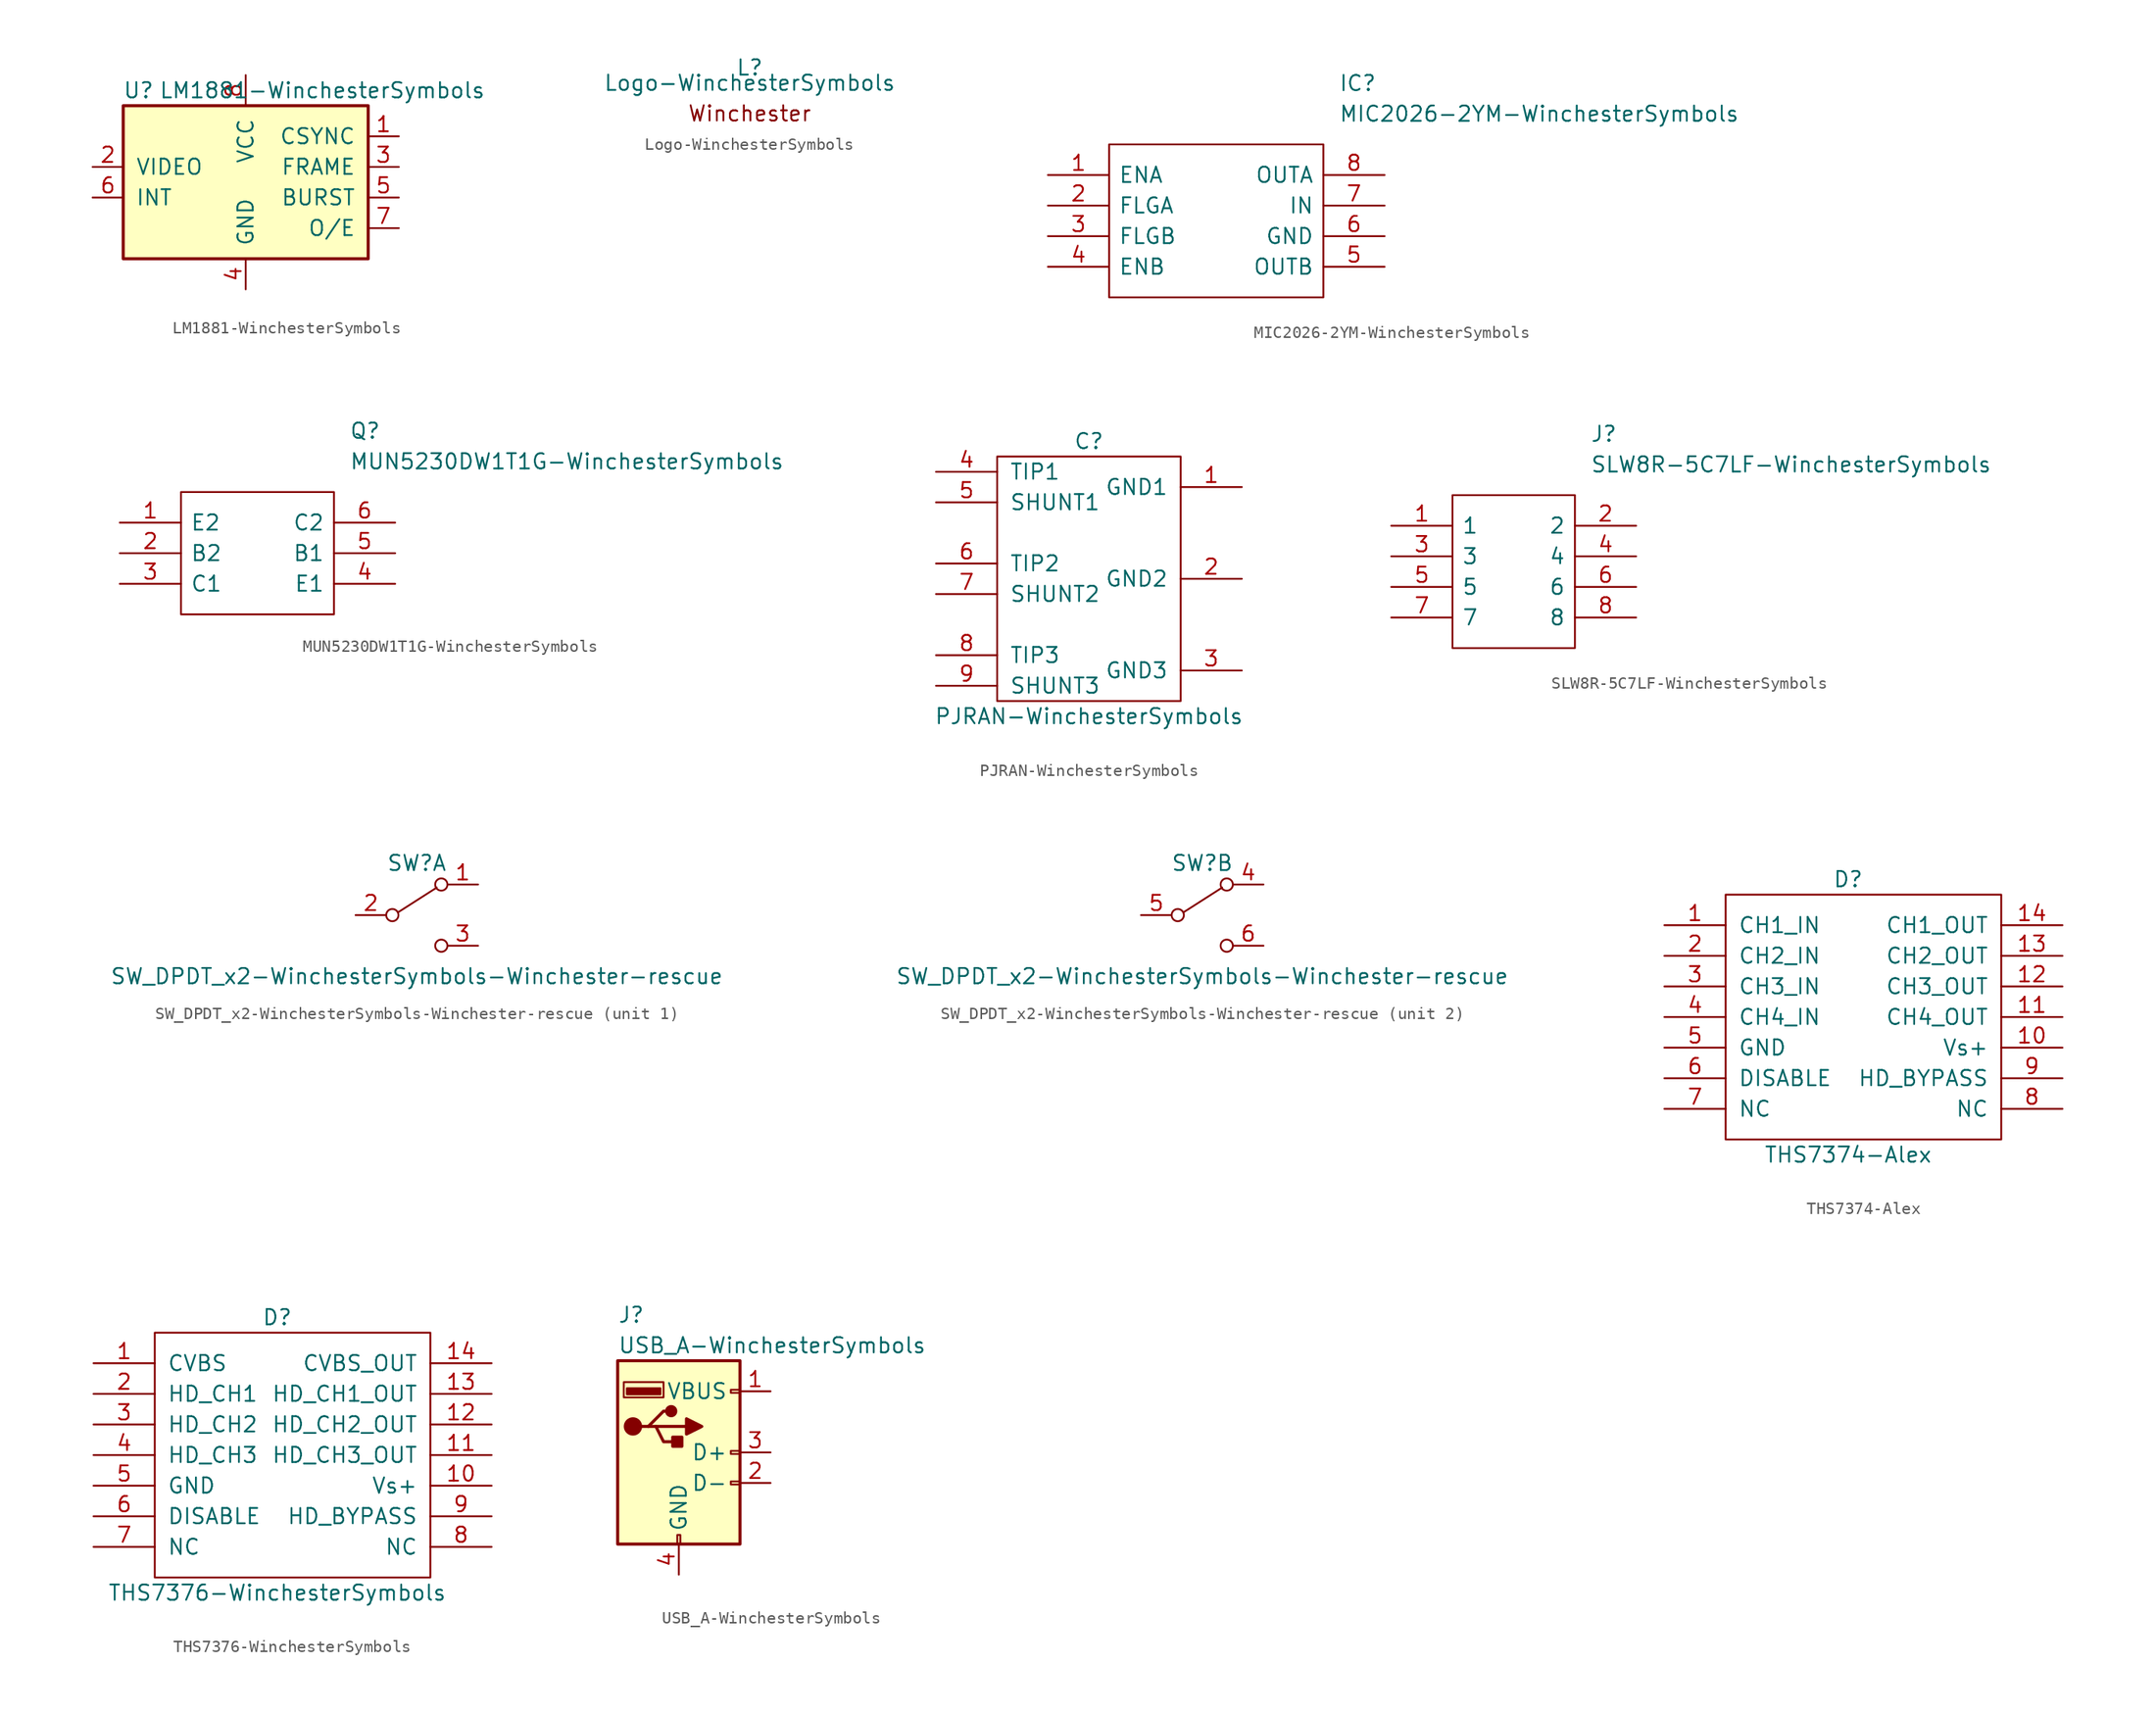
<source format=kicad_sym>
(kicad_symbol_lib
  (version 20211014)
  (generator kicad_symbol_editor)
  (symbol "LM1881-WinchesterSymbols"
    (pin_names
      (offset 1.016))
    (property "Reference" "U"
      (at -8.89 8.89 0)
      (effects (font (size 1.27 1.27))))
    (property "Value" "LM1881-WinchesterSymbols"
      (at 6.35 8.89 0)
      (effects (font (size 1.27 1.27))))
    (symbol "LM1881-WinchesterSymbols_0_1"
      (rectangle (start -10.16 7.62) (end 10.16 -5.08) (stroke (width 0.254) (type default) (color 0 0 0 0)) (fill (type background))))
    (symbol "LM1881-WinchesterSymbols_1_1"
      (pin output line (at 12.7 5.08 180) (length 2.54) (name "CSYNC" (effects (font (size 1.27 1.27)))) (number "1" (effects (font (size 1.27 1.27)))))
      (pin input line (at -12.7 2.54 0) (length 2.54) (name "VIDEO" (effects (font (size 1.27 1.27)))) (number "2" (effects (font (size 1.27 1.27)))))
      (pin output line (at 12.7 2.54 180) (length 2.54) (name "FRAME" (effects (font (size 1.27 1.27)))) (number "3" (effects (font (size 1.27 1.27)))))
      (pin power_in line (at 0 -7.62 90) (length 2.54) (name "GND" (effects (font (size 1.27 1.27)))) (number "4" (effects (font (size 1.27 1.27)))))
      (pin output line (at 12.7 0 180) (length 2.54) (name "BURST" (effects (font (size 1.27 1.27)))) (number "5" (effects (font (size 1.27 1.27)))))
      (pin input line (at -12.7 0 0) (length 2.54) (name "INT" (effects (font (size 1.27 1.27)))) (number "6" (effects (font (size 1.27 1.27)))))
      (pin output line (at 12.7 -2.54 180) (length 2.54) (name "O/E" (effects (font (size 1.27 1.27)))) (number "7" (effects (font (size 1.27 1.27)))))
      (pin power_in line (at 0 10.16 270) (length 2.54) (name "VCC" (effects (font (size 1.27 1.27)))) (number "8" (effects (font (size 1.27 1.27)))))))
  (symbol "Logo-WinchesterSymbols"
    (pin_names
      (offset 1.016))
    (property "Reference" "L"
      (at 0 1.27 0)
      (effects (font (size 1.27 1.27))))
    (property "Value" "Logo-WinchesterSymbols"
      (at 0 0 0)
      (effects (font (size 1.27 1.27))))
    (symbol "Logo-WinchesterSymbols_0_0"
      (text "Winchester" (at 0 -2.54 0) (effects (font (size 1.27 1.27))))))
  (symbol "MIC2026-2YM-WinchesterSymbols"
    (pin_names
      (offset 0.762))
    (property "Reference" "IC"
      (at 24.13 7.62 0)
      (effects (font (size 1.27 1.27)) (justify left)))
    (property "Value" "MIC2026-2YM-WinchesterSymbols"
      (at 24.13 5.08 0)
      (effects (font (size 1.27 1.27)) (justify left)))
    (symbol "MIC2026-2YM-WinchesterSymbols_0_0"
      (pin passive line (at 0 0 0) (length 5.08) (name "ENA" (effects (font (size 1.27 1.27)))) (number "1" (effects (font (size 1.27 1.27)))))
      (pin passive line (at 0 -2.54 0) (length 5.08) (name "FLGA" (effects (font (size 1.27 1.27)))) (number "2" (effects (font (size 1.27 1.27)))))
      (pin passive line (at 0 -5.08 0) (length 5.08) (name "FLGB" (effects (font (size 1.27 1.27)))) (number "3" (effects (font (size 1.27 1.27)))))
      (pin passive line (at 0 -7.62 0) (length 5.08) (name "ENB" (effects (font (size 1.27 1.27)))) (number "4" (effects (font (size 1.27 1.27)))))
      (pin passive line (at 27.94 -7.62 180) (length 5.08) (name "OUTB" (effects (font (size 1.27 1.27)))) (number "5" (effects (font (size 1.27 1.27)))))
      (pin passive line (at 27.94 -5.08 180) (length 5.08) (name "GND" (effects (font (size 1.27 1.27)))) (number "6" (effects (font (size 1.27 1.27)))))
      (pin passive line (at 27.94 -2.54 180) (length 5.08) (name "IN" (effects (font (size 1.27 1.27)))) (number "7" (effects (font (size 1.27 1.27)))))
      (pin passive line (at 27.94 0 180) (length 5.08) (name "OUTA" (effects (font (size 1.27 1.27)))) (number "8" (effects (font (size 1.27 1.27))))))
    (symbol "MIC2026-2YM-WinchesterSymbols_0_1"
      (polyline (pts (xy 5.08 2.54) (xy 22.86 2.54) (xy 22.86 -10.16) (xy 5.08 -10.16) (xy 5.08 2.54)) (stroke (width 0.152) (type default) (color 0 0 0 0)) (fill (type none)))))
  (symbol "MUN5230DW1T1G-WinchesterSymbols"
    (pin_names
      (offset 0.762))
    (property "Reference" "Q"
      (at 19.05 7.62 0)
      (effects (font (size 1.27 1.27)) (justify left)))
    (property "Value" "MUN5230DW1T1G-WinchesterSymbols"
      (at 19.05 5.08 0)
      (effects (font (size 1.27 1.27)) (justify left)))
    (symbol "MUN5230DW1T1G-WinchesterSymbols_0_0"
      (pin passive line (at 0 0 0) (length 5.08) (name "E2" (effects (font (size 1.27 1.27)))) (number "1" (effects (font (size 1.27 1.27)))))
      (pin passive line (at 0 -2.54 0) (length 5.08) (name "B2" (effects (font (size 1.27 1.27)))) (number "2" (effects (font (size 1.27 1.27)))))
      (pin passive line (at 0 -5.08 0) (length 5.08) (name "C1" (effects (font (size 1.27 1.27)))) (number "3" (effects (font (size 1.27 1.27)))))
      (pin passive line (at 22.86 -5.08 180) (length 5.08) (name "E1" (effects (font (size 1.27 1.27)))) (number "4" (effects (font (size 1.27 1.27)))))
      (pin passive line (at 22.86 -2.54 180) (length 5.08) (name "B1" (effects (font (size 1.27 1.27)))) (number "5" (effects (font (size 1.27 1.27)))))
      (pin passive line (at 22.86 0 180) (length 5.08) (name "C2" (effects (font (size 1.27 1.27)))) (number "6" (effects (font (size 1.27 1.27))))))
    (symbol "MUN5230DW1T1G-WinchesterSymbols_0_1"
      (polyline (pts (xy 5.08 2.54) (xy 17.78 2.54) (xy 17.78 -7.62) (xy 5.08 -7.62) (xy 5.08 2.54)) (stroke (width 0.152) (type default) (color 0 0 0 0)) (fill (type none)))))
  (symbol "PJRAN-WinchesterSymbols"
    (pin_names
      (offset 1.016))
    (property "Reference" "C"
      (at 0 7.62 0)
      (effects (font (size 1.27 1.27))))
    (property "Value" "PJRAN-WinchesterSymbols"
      (at 0 -15.24 0)
      (effects (font (size 1.27 1.27))))
    (symbol "PJRAN-WinchesterSymbols_0_1"
      (rectangle (start -7.62 6.35) (end 7.62 -13.97) (stroke (width 0) (type default) (color 0 0 0 0)) (fill (type none))))
    (symbol "PJRAN-WinchesterSymbols_1_1"
      (pin input line (at 12.7 3.81 180) (length 5.08) (name "GND1" (effects (font (size 1.27 1.27)))) (number "1" (effects (font (size 1.27 1.27)))))
      (pin input line (at 12.7 -3.81 180) (length 5.08) (name "GND2" (effects (font (size 1.27 1.27)))) (number "2" (effects (font (size 1.27 1.27)))))
      (pin input line (at 12.7 -11.43 180) (length 5.08) (name "GND3" (effects (font (size 1.27 1.27)))) (number "3" (effects (font (size 1.27 1.27)))))
      (pin input line (at -12.7 5.08 0) (length 5.08) (name "TIP1" (effects (font (size 1.27 1.27)))) (number "4" (effects (font (size 1.27 1.27)))))
      (pin input line (at -12.7 2.54 0) (length 5.08) (name "SHUNT1" (effects (font (size 1.27 1.27)))) (number "5" (effects (font (size 1.27 1.27)))))
      (pin input line (at -12.7 -2.54 0) (length 5.08) (name "TIP2" (effects (font (size 1.27 1.27)))) (number "6" (effects (font (size 1.27 1.27)))))
      (pin input line (at -12.7 -5.08 0) (length 5.08) (name "SHUNT2" (effects (font (size 1.27 1.27)))) (number "7" (effects (font (size 1.27 1.27)))))
      (pin input line (at -12.7 -10.16 0) (length 5.08) (name "TIP3" (effects (font (size 1.27 1.27)))) (number "8" (effects (font (size 1.27 1.27)))))
      (pin input line (at -12.7 -12.7 0) (length 5.08) (name "SHUNT3" (effects (font (size 1.27 1.27)))) (number "9" (effects (font (size 1.27 1.27)))))))
  (symbol "SLW8R-5C7LF-WinchesterSymbols"
    (pin_names
      (offset 0.762))
    (property "Reference" "J"
      (at 16.51 7.62 0)
      (effects (font (size 1.27 1.27)) (justify left)))
    (property "Value" "SLW8R-5C7LF-WinchesterSymbols"
      (at 16.51 5.08 0)
      (effects (font (size 1.27 1.27)) (justify left)))
    (symbol "SLW8R-5C7LF-WinchesterSymbols_0_0"
      (pin passive line (at 0 0 0) (length 5.08) (name "1" (effects (font (size 1.27 1.27)))) (number "1" (effects (font (size 1.27 1.27)))))
      (pin passive line (at 20.32 0 180) (length 5.08) (name "2" (effects (font (size 1.27 1.27)))) (number "2" (effects (font (size 1.27 1.27)))))
      (pin passive line (at 0 -2.54 0) (length 5.08) (name "3" (effects (font (size 1.27 1.27)))) (number "3" (effects (font (size 1.27 1.27)))))
      (pin passive line (at 20.32 -2.54 180) (length 5.08) (name "4" (effects (font (size 1.27 1.27)))) (number "4" (effects (font (size 1.27 1.27)))))
      (pin passive line (at 0 -5.08 0) (length 5.08) (name "5" (effects (font (size 1.27 1.27)))) (number "5" (effects (font (size 1.27 1.27)))))
      (pin passive line (at 20.32 -5.08 180) (length 5.08) (name "6" (effects (font (size 1.27 1.27)))) (number "6" (effects (font (size 1.27 1.27)))))
      (pin passive line (at 0 -7.62 0) (length 5.08) (name "7" (effects (font (size 1.27 1.27)))) (number "7" (effects (font (size 1.27 1.27)))))
      (pin passive line (at 20.32 -7.62 180) (length 5.08) (name "8" (effects (font (size 1.27 1.27)))) (number "8" (effects (font (size 1.27 1.27))))))
    (symbol "SLW8R-5C7LF-WinchesterSymbols_0_1"
      (polyline (pts (xy 5.08 2.54) (xy 15.24 2.54) (xy 15.24 -10.16) (xy 5.08 -10.16) (xy 5.08 2.54)) (stroke (width 0.152) (type default) (color 0 0 0 0)) (fill (type none)))))
  (symbol "SW_DPDT_x2-WinchesterSymbols-Winchester-rescue"
    (pin_names
      (offset 0) hide)
    (property "Reference" "SW"
      (at 0 4.318 0)
      (effects (font (size 1.27 1.27))))
    (property "Value" "SW_DPDT_x2-WinchesterSymbols-Winchester-rescue"
      (at 0 -5.08 0)
      (effects (font (size 1.27 1.27))))
    (symbol "SW_DPDT_x2-WinchesterSymbols-Winchester-rescue_0_0"
      (circle (center -2.032 0) (radius 0.508) (stroke (width 0) (type default) (color 0 0 0 0)) (fill (type none)))
      (circle (center 2.032 -2.54) (radius 0.508) (stroke (width 0) (type default) (color 0 0 0 0)) (fill (type none))))
    (symbol "SW_DPDT_x2-WinchesterSymbols-Winchester-rescue_0_1"
      (polyline (pts (xy -1.524 0.254) (xy 1.651 2.286)) (stroke (width 0) (type default) (color 0 0 0 0)) (fill (type none)))
      (circle (center 2.032 2.54) (radius 0.508) (stroke (width 0) (type default) (color 0 0 0 0)) (fill (type none))))
    (symbol "SW_DPDT_x2-WinchesterSymbols-Winchester-rescue_1_1"
      (pin passive line (at 5.08 2.54 180) (length 2.54) (name "A" (effects (font (size 1.27 1.27)))) (number "1" (effects (font (size 1.27 1.27)))))
      (pin passive line (at -5.08 0 0) (length 2.54) (name "B" (effects (font (size 1.27 1.27)))) (number "2" (effects (font (size 1.27 1.27)))))
      (pin passive line (at 5.08 -2.54 180) (length 2.54) (name "C" (effects (font (size 1.27 1.27)))) (number "3" (effects (font (size 1.27 1.27))))))
    (symbol "SW_DPDT_x2-WinchesterSymbols-Winchester-rescue_2_1"
      (pin passive line (at 5.08 2.54 180) (length 2.54) (name "A" (effects (font (size 1.27 1.27)))) (number "4" (effects (font (size 1.27 1.27)))))
      (pin passive line (at -5.08 0 0) (length 2.54) (name "B" (effects (font (size 1.27 1.27)))) (number "5" (effects (font (size 1.27 1.27)))))
      (pin passive line (at 5.08 -2.54 180) (length 2.54) (name "C" (effects (font (size 1.27 1.27)))) (number "6" (effects (font (size 1.27 1.27)))))))
  (symbol "THS7374-Alex"
    (pin_names
      (offset 1.016))
    (property "Reference" "D"
      (at 0 10.16 0)
      (effects (font (size 1.27 1.27))))
    (property "Value" "THS7374-Alex"
      (at 0 -12.7 0)
      (effects (font (size 1.27 1.27))))
    (symbol "THS7374-Alex_0_1"
      (rectangle (start -10.16 8.89) (end 12.7 -11.43) (stroke (width 0) (type default) (color 0 0 0 0)) (fill (type none))))
    (symbol "THS7374-Alex_1_1"
      (pin input line (at -15.24 6.35 0) (length 5.08) (name "CH1_IN" (effects (font (size 1.27 1.27)))) (number "1" (effects (font (size 1.27 1.27)))))
      (pin input line (at 17.78 -3.81 180) (length 5.08) (name "Vs+" (effects (font (size 1.27 1.27)))) (number "10" (effects (font (size 1.27 1.27)))))
      (pin input line (at 17.78 -1.27 180) (length 5.08) (name "CH4_OUT" (effects (font (size 1.27 1.27)))) (number "11" (effects (font (size 1.27 1.27)))))
      (pin input line (at 17.78 1.27 180) (length 5.08) (name "CH3_OUT" (effects (font (size 1.27 1.27)))) (number "12" (effects (font (size 1.27 1.27)))))
      (pin input line (at 17.78 3.81 180) (length 5.08) (name "CH2_OUT" (effects (font (size 1.27 1.27)))) (number "13" (effects (font (size 1.27 1.27)))))
      (pin input line (at 17.78 6.35 180) (length 5.08) (name "CH1_OUT" (effects (font (size 1.27 1.27)))) (number "14" (effects (font (size 1.27 1.27)))))
      (pin input line (at -15.24 3.81 0) (length 5.08) (name "CH2_IN" (effects (font (size 1.27 1.27)))) (number "2" (effects (font (size 1.27 1.27)))))
      (pin input line (at -15.24 1.27 0) (length 5.08) (name "CH3_IN" (effects (font (size 1.27 1.27)))) (number "3" (effects (font (size 1.27 1.27)))))
      (pin input line (at -15.24 -1.27 0) (length 5.08) (name "CH4_IN" (effects (font (size 1.27 1.27)))) (number "4" (effects (font (size 1.27 1.27)))))
      (pin input line (at -15.24 -3.81 0) (length 5.08) (name "GND" (effects (font (size 1.27 1.27)))) (number "5" (effects (font (size 1.27 1.27)))))
      (pin input line (at -15.24 -6.35 0) (length 5.08) (name "DISABLE" (effects (font (size 1.27 1.27)))) (number "6" (effects (font (size 1.27 1.27)))))
      (pin input line (at -15.24 -8.89 0) (length 5.08) (name "NC" (effects (font (size 1.27 1.27)))) (number "7" (effects (font (size 1.27 1.27)))))
      (pin input line (at 17.78 -8.89 180) (length 5.08) (name "NC" (effects (font (size 1.27 1.27)))) (number "8" (effects (font (size 1.27 1.27)))))
      (pin input line (at 17.78 -6.35 180) (length 5.08) (name "HD_BYPASS" (effects (font (size 1.27 1.27)))) (number "9" (effects (font (size 1.27 1.27)))))))
  (symbol "THS7376-WinchesterSymbols"
    (pin_names
      (offset 1.016))
    (property "Reference" "D"
      (at 0 10.16 0)
      (effects (font (size 1.27 1.27))))
    (property "Value" "THS7376-WinchesterSymbols"
      (at 0 -12.7 0)
      (effects (font (size 1.27 1.27))))
    (symbol "THS7376-WinchesterSymbols_0_1"
      (rectangle (start -10.16 8.89) (end 12.7 -11.43) (stroke (width 0) (type default) (color 0 0 0 0)) (fill (type none))))
    (symbol "THS7376-WinchesterSymbols_1_1"
      (pin input line (at -15.24 6.35 0) (length 5.08) (name "CVBS" (effects (font (size 1.27 1.27)))) (number "1" (effects (font (size 1.27 1.27)))))
      (pin input line (at 17.78 -3.81 180) (length 5.08) (name "Vs+" (effects (font (size 1.27 1.27)))) (number "10" (effects (font (size 1.27 1.27)))))
      (pin input line (at 17.78 -1.27 180) (length 5.08) (name "HD_CH3_OUT" (effects (font (size 1.27 1.27)))) (number "11" (effects (font (size 1.27 1.27)))))
      (pin input line (at 17.78 1.27 180) (length 5.08) (name "HD_CH2_OUT" (effects (font (size 1.27 1.27)))) (number "12" (effects (font (size 1.27 1.27)))))
      (pin input line (at 17.78 3.81 180) (length 5.08) (name "HD_CH1_OUT" (effects (font (size 1.27 1.27)))) (number "13" (effects (font (size 1.27 1.27)))))
      (pin input line (at 17.78 6.35 180) (length 5.08) (name "CVBS_OUT" (effects (font (size 1.27 1.27)))) (number "14" (effects (font (size 1.27 1.27)))))
      (pin input line (at -15.24 3.81 0) (length 5.08) (name "HD_CH1" (effects (font (size 1.27 1.27)))) (number "2" (effects (font (size 1.27 1.27)))))
      (pin input line (at -15.24 1.27 0) (length 5.08) (name "HD_CH2" (effects (font (size 1.27 1.27)))) (number "3" (effects (font (size 1.27 1.27)))))
      (pin input line (at -15.24 -1.27 0) (length 5.08) (name "HD_CH3" (effects (font (size 1.27 1.27)))) (number "4" (effects (font (size 1.27 1.27)))))
      (pin input line (at -15.24 -3.81 0) (length 5.08) (name "GND" (effects (font (size 1.27 1.27)))) (number "5" (effects (font (size 1.27 1.27)))))
      (pin input line (at -15.24 -6.35 0) (length 5.08) (name "DISABLE" (effects (font (size 1.27 1.27)))) (number "6" (effects (font (size 1.27 1.27)))))
      (pin input line (at -15.24 -8.89 0) (length 5.08) (name "NC" (effects (font (size 1.27 1.27)))) (number "7" (effects (font (size 1.27 1.27)))))
      (pin input line (at 17.78 -8.89 180) (length 5.08) (name "NC" (effects (font (size 1.27 1.27)))) (number "8" (effects (font (size 1.27 1.27)))))
      (pin input line (at 17.78 -6.35 180) (length 5.08) (name "HD_BYPASS" (effects (font (size 1.27 1.27)))) (number "9" (effects (font (size 1.27 1.27)))))))
  (symbol "USB_A-WinchesterSymbols"
    (pin_names
      (offset 1.016))
    (property "Reference" "J"
      (at -5.08 11.43 0)
      (effects (font (size 1.27 1.27)) (justify left)))
    (property "Value" "USB_A-WinchesterSymbols"
      (at -5.08 8.89 0)
      (effects (font (size 1.27 1.27)) (justify left)))
    (symbol "USB_A-WinchesterSymbols_0_1"
      (rectangle (start -5.08 -7.62) (end 5.08 7.62) (stroke (width 0.254) (type default) (color 0 0 0 0)) (fill (type background)))
      (circle (center -3.81 2.159) (radius 0.635) (stroke (width 0.254) (type default) (color 0 0 0 0)) (fill (type outline)))
      (rectangle (start -1.524 4.826) (end -4.318 5.334) (stroke (width 0) (type default) (color 0 0 0 0)) (fill (type outline)))
      (rectangle (start -1.27 4.572) (end -4.572 5.842) (stroke (width 0) (type default) (color 0 0 0 0)) (fill (type none)))
      (circle (center -0.635 3.429) (radius 0.381) (stroke (width 0.254) (type default) (color 0 0 0 0)) (fill (type outline)))
      (rectangle (start -0.127 -7.62) (end 0.127 -6.858) (stroke (width 0) (type default) (color 0 0 0 0)) (fill (type none)))
      (polyline (pts (xy -3.175 2.159) (xy -2.54 2.159) (xy -1.27 3.429) (xy -0.635 3.429)) (stroke (width 0.254) (type default) (color 0 0 0 0)) (fill (type none)))
      (polyline (pts (xy -2.54 2.159) (xy -1.905 2.159) (xy -1.27 0.889) (xy 0 0.889)) (stroke (width 0.254) (type default) (color 0 0 0 0)) (fill (type none)))
      (polyline (pts (xy 0.635 2.794) (xy 0.635 1.524) (xy 1.905 2.159) (xy 0.635 2.794)) (stroke (width 0.254) (type default) (color 0 0 0 0)) (fill (type outline)))
      (rectangle (start 0.254 1.27) (end -0.508 0.508) (stroke (width 0.254) (type default) (color 0 0 0 0)) (fill (type outline)))
      (rectangle (start 5.08 -2.667) (end 4.318 -2.413) (stroke (width 0) (type default) (color 0 0 0 0)) (fill (type none)))
      (rectangle (start 5.08 -0.127) (end 4.318 0.127) (stroke (width 0) (type default) (color 0 0 0 0)) (fill (type none)))
      (rectangle (start 5.08 4.953) (end 4.318 5.207) (stroke (width 0) (type default) (color 0 0 0 0)) (fill (type none))))
    (symbol "USB_A-WinchesterSymbols_1_1"
      (polyline (pts (xy -1.905 2.159) (xy 0.635 2.159)) (stroke (width 0.254) (type default) (color 0 0 0 0)) (fill (type none)))
      (pin power_in line (at 7.62 5.08 180) (length 2.54) (name "VBUS" (effects (font (size 1.27 1.27)))) (number "1" (effects (font (size 1.27 1.27)))))
      (pin bidirectional line (at 7.62 -2.54 180) (length 2.54) (name "D-" (effects (font (size 1.27 1.27)))) (number "2" (effects (font (size 1.27 1.27)))))
      (pin bidirectional line (at 7.62 0 180) (length 2.54) (name "D+" (effects (font (size 1.27 1.27)))) (number "3" (effects (font (size 1.27 1.27)))))
      (pin power_in line (at 0 -10.16 90) (length 2.54) (name "GND" (effects (font (size 1.27 1.27)))) (number "4" (effects (font (size 1.27 1.27))))))))
</source>
